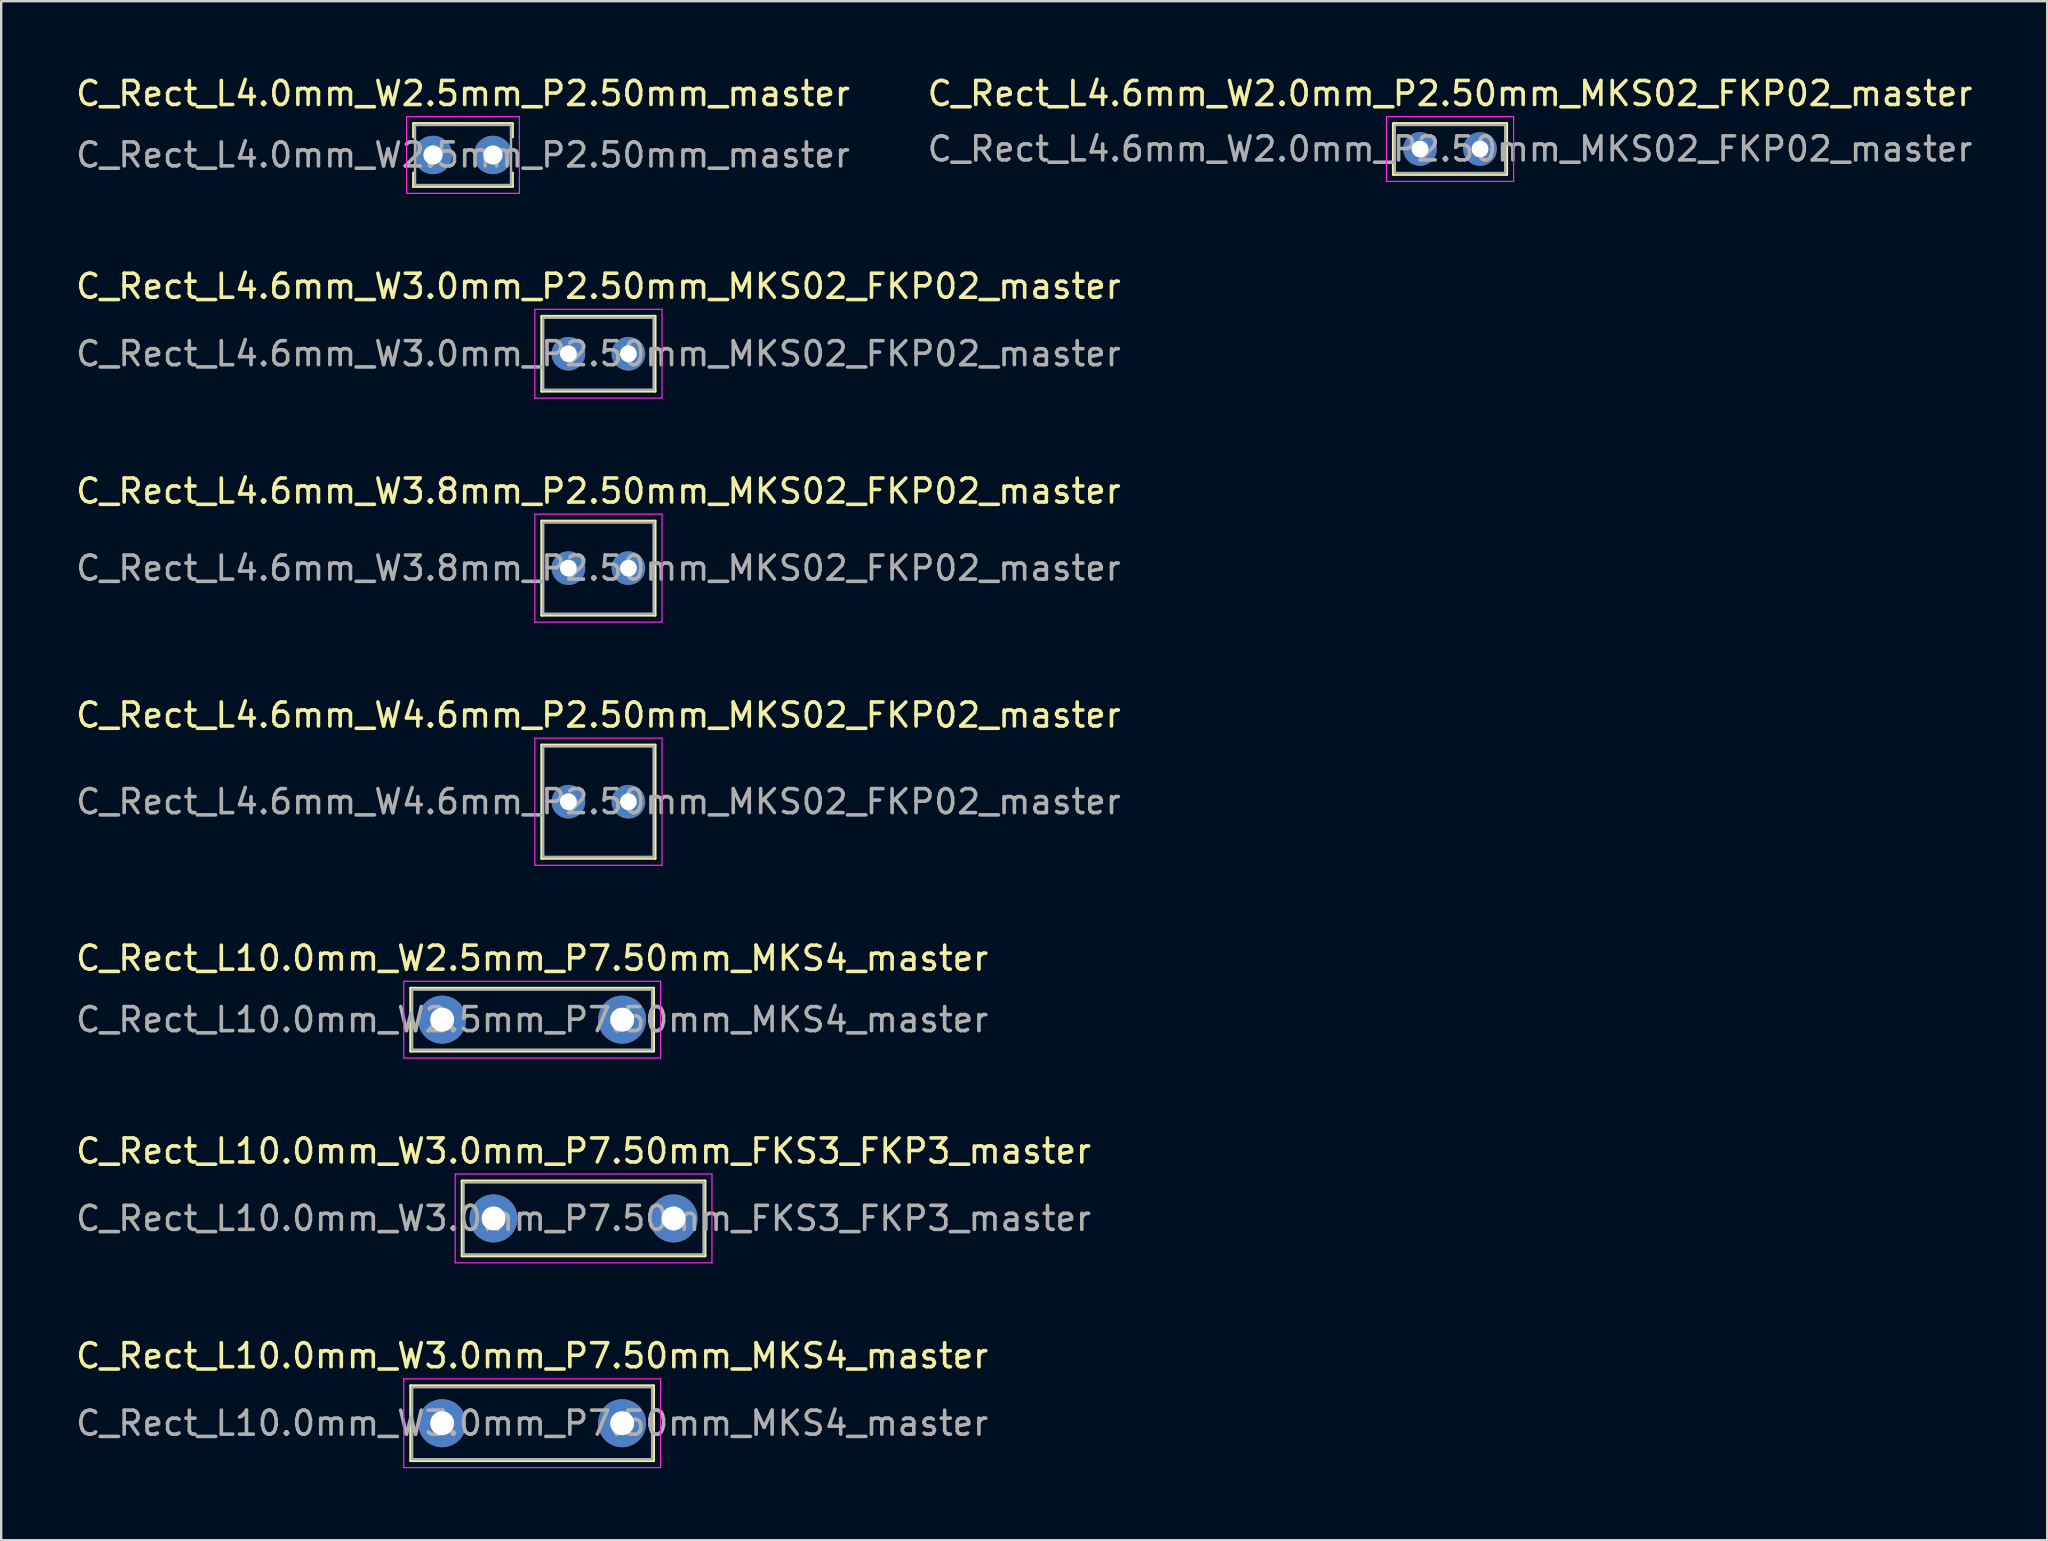
<source format=kicad_pcb>
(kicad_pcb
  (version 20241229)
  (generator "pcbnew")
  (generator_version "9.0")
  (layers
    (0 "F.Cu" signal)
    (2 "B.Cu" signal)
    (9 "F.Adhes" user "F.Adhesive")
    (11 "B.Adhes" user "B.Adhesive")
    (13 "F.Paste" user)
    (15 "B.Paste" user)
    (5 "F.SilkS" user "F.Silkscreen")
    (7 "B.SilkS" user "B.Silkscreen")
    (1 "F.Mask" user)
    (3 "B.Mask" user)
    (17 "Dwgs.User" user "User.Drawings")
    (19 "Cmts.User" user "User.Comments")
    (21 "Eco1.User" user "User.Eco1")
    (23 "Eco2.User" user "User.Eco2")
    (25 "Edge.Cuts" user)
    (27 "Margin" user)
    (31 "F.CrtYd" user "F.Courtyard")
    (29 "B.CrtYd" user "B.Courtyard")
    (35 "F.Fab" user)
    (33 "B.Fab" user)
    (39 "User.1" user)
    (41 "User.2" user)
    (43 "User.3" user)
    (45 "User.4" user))
  (footprint "C_Rect_L4.6mm_W3.8mm_P2.50mm_MKS02_FKP02_master"
    (layer "F.Cu")
    (at 20.637 20.625)
    (property "Reference" "C_Rect_L4.6mm_W3.8mm_P2.50mm_MKS02_FKP02_master" (at 1.25 -3.21 0) (layer "F.SilkS") (effects (font (size 1 1) (thickness 0.15))))
    (attr through_hole)
    (fp_line (start -1.11 -1.96) (end -1.11 1.96) (stroke (width 0.12) (type solid)) (layer "F.SilkS"))
    (fp_line (start -1.11 -1.96) (end 3.61 -1.96) (stroke (width 0.12) (type solid)) (layer "F.SilkS"))
    (fp_line (start -1.11 1.96) (end 3.61 1.96) (stroke (width 0.12) (type solid)) (layer "F.SilkS"))
    (fp_line (start 3.61 -1.96) (end 3.61 1.96) (stroke (width 0.12) (type solid)) (layer "F.SilkS"))
    (fp_line (start -1.4 -2.25) (end -1.4 2.25) (stroke (width 0.05) (type solid)) (layer "F.CrtYd"))
    (fp_line (start -1.4 2.25) (end 3.9 2.25) (stroke (width 0.05) (type solid)) (layer "F.CrtYd"))
    (fp_line (start 3.9 -2.25) (end -1.4 -2.25) (stroke (width 0.05) (type solid)) (layer "F.CrtYd"))
    (fp_line (start 3.9 2.25) (end 3.9 -2.25) (stroke (width 0.05) (type solid)) (layer "F.CrtYd"))
    (fp_line (start -1.05 -1.9) (end -1.05 1.9) (stroke (width 0.1) (type solid)) (layer "F.Fab"))
    (fp_line (start -1.05 1.9) (end 3.55 1.9) (stroke (width 0.1) (type solid)) (layer "F.Fab"))
    (fp_line (start 3.55 -1.9) (end -1.05 -1.9) (stroke (width 0.1) (type solid)) (layer "F.Fab"))
    (fp_line (start 3.55 1.9) (end 3.55 -1.9) (stroke (width 0.1) (type solid)) (layer "F.Fab"))
    (fp_text user "${REFERENCE}" (at 1.25 0 0) (layer "F.Fab") (effects (font (size 1 1) (thickness 0.15))))
    (pad "1" thru_hole circle (at 0 0) (size 1.4 1.4) (drill 0.7) (layers "*.Cu" "*.Mask"))
    (pad "2" thru_hole circle (at 2.5 0) (size 1.4 1.4) (drill 0.7) (layers "*.Cu" "*.Mask")))
  (footprint "C_Rect_L10.0mm_W3.0mm_P7.50mm_FKS3_FKP3_master"
    (layer "F.Cu")
    (at 17.518 47.724)
    (property "Reference" "C_Rect_L10.0mm_W3.0mm_P7.50mm_FKS3_FKP3_master" (at 3.75 -2.81 0) (layer "F.SilkS") (effects (font (size 1 1) (thickness 0.15))))
    (attr through_hole)
    (fp_line (start -1.31 -1.56) (end -1.31 1.56) (stroke (width 0.12) (type solid)) (layer "F.SilkS"))
    (fp_line (start -1.31 -1.56) (end 8.81 -1.56) (stroke (width 0.12) (type solid)) (layer "F.SilkS"))
    (fp_line (start -1.31 1.56) (end 8.81 1.56) (stroke (width 0.12) (type solid)) (layer "F.SilkS"))
    (fp_line (start 8.81 -1.56) (end 8.81 1.56) (stroke (width 0.12) (type solid)) (layer "F.SilkS"))
    (fp_line (start -1.6 -1.85) (end -1.6 1.85) (stroke (width 0.05) (type solid)) (layer "F.CrtYd"))
    (fp_line (start -1.6 1.85) (end 9.1 1.85) (stroke (width 0.05) (type solid)) (layer "F.CrtYd"))
    (fp_line (start 9.1 -1.85) (end -1.6 -1.85) (stroke (width 0.05) (type solid)) (layer "F.CrtYd"))
    (fp_line (start 9.1 1.85) (end 9.1 -1.85) (stroke (width 0.05) (type solid)) (layer "F.CrtYd"))
    (fp_line (start -1.25 -1.5) (end -1.25 1.5) (stroke (width 0.1) (type solid)) (layer "F.Fab"))
    (fp_line (start -1.25 1.5) (end 8.75 1.5) (stroke (width 0.1) (type solid)) (layer "F.Fab"))
    (fp_line (start 8.75 -1.5) (end -1.25 -1.5) (stroke (width 0.1) (type solid)) (layer "F.Fab"))
    (fp_line (start 8.75 1.5) (end 8.75 -1.5) (stroke (width 0.1) (type solid)) (layer "F.Fab"))
    (fp_text user "${REFERENCE}" (at 3.75 0 0) (layer "F.Fab") (effects (font (size 1 1) (thickness 0.15))))
    (pad "1" thru_hole circle (at 0 0) (size 2 2) (drill 1) (layers "*.Cu" "*.Mask"))
    (pad "2" thru_hole circle (at 7.5 0) (size 2 2) (drill 1) (layers "*.Cu" "*.Mask")))
  (footprint "C_Rect_L4.6mm_W2.0mm_P2.50mm_MKS02_FKP02_master"
    (layer "F.Cu")
    (at 56.125 3.158)
    (property "Reference" "C_Rect_L4.6mm_W2.0mm_P2.50mm_MKS02_FKP02_master" (at 1.25 -2.31 0) (layer "F.SilkS") (effects (font (size 1 1) (thickness 0.15))))
    (attr through_hole)
    (fp_line (start -1.11 -1.06) (end -1.11 1.06) (stroke (width 0.12) (type solid)) (layer "F.SilkS"))
    (fp_line (start -1.11 -1.06) (end 3.61 -1.06) (stroke (width 0.12) (type solid)) (layer "F.SilkS"))
    (fp_line (start -1.11 1.06) (end 3.61 1.06) (stroke (width 0.12) (type solid)) (layer "F.SilkS"))
    (fp_line (start 3.61 -1.06) (end 3.61 1.06) (stroke (width 0.12) (type solid)) (layer "F.SilkS"))
    (fp_line (start -1.4 -1.35) (end -1.4 1.35) (stroke (width 0.05) (type solid)) (layer "F.CrtYd"))
    (fp_line (start -1.4 1.35) (end 3.9 1.35) (stroke (width 0.05) (type solid)) (layer "F.CrtYd"))
    (fp_line (start 3.9 -1.35) (end -1.4 -1.35) (stroke (width 0.05) (type solid)) (layer "F.CrtYd"))
    (fp_line (start 3.9 1.35) (end 3.9 -1.35) (stroke (width 0.05) (type solid)) (layer "F.CrtYd"))
    (fp_line (start -1.05 -1) (end -1.05 1) (stroke (width 0.1) (type solid)) (layer "F.Fab"))
    (fp_line (start -1.05 1) (end 3.55 1) (stroke (width 0.1) (type solid)) (layer "F.Fab"))
    (fp_line (start 3.55 -1) (end -1.05 -1) (stroke (width 0.1) (type solid)) (layer "F.Fab"))
    (fp_line (start 3.55 1) (end 3.55 -1) (stroke (width 0.1) (type solid)) (layer "F.Fab"))
    (fp_text user "${REFERENCE}" (at 1.25 0 0) (layer "F.Fab") (effects (font (size 1 1) (thickness 0.15))))
    (pad "1" thru_hole circle (at 0 0) (size 1.4 1.4) (drill 0.7) (layers "*.Cu" "*.Mask"))
    (pad "2" thru_hole circle (at 2.5 0) (size 1.4 1.4) (drill 0.7) (layers "*.Cu" "*.Mask")))
  (footprint "C_Rect_L4.6mm_W4.6mm_P2.50mm_MKS02_FKP02_master"
    (layer "F.Cu")
    (at 20.637 30.358)
    (property "Reference" "C_Rect_L4.6mm_W4.6mm_P2.50mm_MKS02_FKP02_master" (at 1.25 -3.61 0) (layer "F.SilkS") (effects (font (size 1 1) (thickness 0.15))))
    (attr through_hole)
    (fp_line (start -1.11 -2.36) (end -1.11 2.36) (stroke (width 0.12) (type solid)) (layer "F.SilkS"))
    (fp_line (start -1.11 -2.36) (end 3.61 -2.36) (stroke (width 0.12) (type solid)) (layer "F.SilkS"))
    (fp_line (start -1.11 2.36) (end 3.61 2.36) (stroke (width 0.12) (type solid)) (layer "F.SilkS"))
    (fp_line (start 3.61 -2.36) (end 3.61 2.36) (stroke (width 0.12) (type solid)) (layer "F.SilkS"))
    (fp_line (start -1.4 -2.65) (end -1.4 2.65) (stroke (width 0.05) (type solid)) (layer "F.CrtYd"))
    (fp_line (start -1.4 2.65) (end 3.9 2.65) (stroke (width 0.05) (type solid)) (layer "F.CrtYd"))
    (fp_line (start 3.9 -2.65) (end -1.4 -2.65) (stroke (width 0.05) (type solid)) (layer "F.CrtYd"))
    (fp_line (start 3.9 2.65) (end 3.9 -2.65) (stroke (width 0.05) (type solid)) (layer "F.CrtYd"))
    (fp_line (start -1.05 -2.3) (end -1.05 2.3) (stroke (width 0.1) (type solid)) (layer "F.Fab"))
    (fp_line (start -1.05 2.3) (end 3.55 2.3) (stroke (width 0.1) (type solid)) (layer "F.Fab"))
    (fp_line (start 3.55 -2.3) (end -1.05 -2.3) (stroke (width 0.1) (type solid)) (layer "F.Fab"))
    (fp_line (start 3.55 2.3) (end 3.55 -2.3) (stroke (width 0.1) (type solid)) (layer "F.Fab"))
    (fp_text user "${REFERENCE}" (at 1.25 0 0) (layer "F.Fab") (effects (font (size 1 1) (thickness 0.15))))
    (pad "1" thru_hole circle (at 0 0) (size 1.4 1.4) (drill 0.7) (layers "*.Cu" "*.Mask"))
    (pad "2" thru_hole circle (at 2.5 0) (size 1.4 1.4) (drill 0.7) (layers "*.Cu" "*.Mask")))
  (footprint "C_Rect_L4.6mm_W3.0mm_P2.50mm_MKS02_FKP02_master"
    (layer "F.Cu")
    (at 20.637 11.691)
    (property "Reference" "C_Rect_L4.6mm_W3.0mm_P2.50mm_MKS02_FKP02_master" (at 1.25 -2.81 0) (layer "F.SilkS") (effects (font (size 1 1) (thickness 0.15))))
    (attr through_hole)
    (fp_line (start -1.11 -1.56) (end -1.11 1.56) (stroke (width 0.12) (type solid)) (layer "F.SilkS"))
    (fp_line (start -1.11 -1.56) (end 3.61 -1.56) (stroke (width 0.12) (type solid)) (layer "F.SilkS"))
    (fp_line (start -1.11 1.56) (end 3.61 1.56) (stroke (width 0.12) (type solid)) (layer "F.SilkS"))
    (fp_line (start 3.61 -1.56) (end 3.61 1.56) (stroke (width 0.12) (type solid)) (layer "F.SilkS"))
    (fp_line (start -1.4 -1.85) (end -1.4 1.85) (stroke (width 0.05) (type solid)) (layer "F.CrtYd"))
    (fp_line (start -1.4 1.85) (end 3.9 1.85) (stroke (width 0.05) (type solid)) (layer "F.CrtYd"))
    (fp_line (start 3.9 -1.85) (end -1.4 -1.85) (stroke (width 0.05) (type solid)) (layer "F.CrtYd"))
    (fp_line (start 3.9 1.85) (end 3.9 -1.85) (stroke (width 0.05) (type solid)) (layer "F.CrtYd"))
    (fp_line (start -1.05 -1.5) (end -1.05 1.5) (stroke (width 0.1) (type solid)) (layer "F.Fab"))
    (fp_line (start -1.05 1.5) (end 3.55 1.5) (stroke (width 0.1) (type solid)) (layer "F.Fab"))
    (fp_line (start 3.55 -1.5) (end -1.05 -1.5) (stroke (width 0.1) (type solid)) (layer "F.Fab"))
    (fp_line (start 3.55 1.5) (end 3.55 -1.5) (stroke (width 0.1) (type solid)) (layer "F.Fab"))
    (fp_text user "${REFERENCE}" (at 1.25 0 0) (layer "F.Fab") (effects (font (size 1 1) (thickness 0.15))))
    (pad "1" thru_hole circle (at 0 0) (size 1.4 1.4) (drill 0.7) (layers "*.Cu" "*.Mask"))
    (pad "2" thru_hole circle (at 2.5 0) (size 1.4 1.4) (drill 0.7) (layers "*.Cu" "*.Mask")))
  (footprint "C_Rect_L4.0mm_W2.5mm_P2.50mm_master"
    (layer "F.Cu")
    (at 14.994 3.408)
    (property "Reference" "C_Rect_L4.0mm_W2.5mm_P2.50mm_master" (at 1.25 -2.56 0) (layer "F.SilkS") (effects (font (size 1 1) (thickness 0.15))))
    (attr through_hole)
    (fp_line (start -0.81 -1.31) (end -0.81 -0.75) (stroke (width 0.12) (type solid)) (layer "F.SilkS"))
    (fp_line (start -0.81 -1.31) (end 3.31 -1.31) (stroke (width 0.12) (type solid)) (layer "F.SilkS"))
    (fp_line (start -0.81 0.75) (end -0.81 1.31) (stroke (width 0.12) (type solid)) (layer "F.SilkS"))
    (fp_line (start -0.81 1.31) (end 3.31 1.31) (stroke (width 0.12) (type solid)) (layer "F.SilkS"))
    (fp_line (start 3.31 -1.31) (end 3.31 -0.75) (stroke (width 0.12) (type solid)) (layer "F.SilkS"))
    (fp_line (start 3.31 0.75) (end 3.31 1.31) (stroke (width 0.12) (type solid)) (layer "F.SilkS"))
    (fp_line (start -1.1 -1.6) (end -1.1 1.6) (stroke (width 0.05) (type solid)) (layer "F.CrtYd"))
    (fp_line (start -1.1 1.6) (end 3.6 1.6) (stroke (width 0.05) (type solid)) (layer "F.CrtYd"))
    (fp_line (start 3.6 -1.6) (end -1.1 -1.6) (stroke (width 0.05) (type solid)) (layer "F.CrtYd"))
    (fp_line (start 3.6 1.6) (end 3.6 -1.6) (stroke (width 0.05) (type solid)) (layer "F.CrtYd"))
    (fp_line (start -0.75 -1.25) (end -0.75 1.25) (stroke (width 0.1) (type solid)) (layer "F.Fab"))
    (fp_line (start -0.75 1.25) (end 3.25 1.25) (stroke (width 0.1) (type solid)) (layer "F.Fab"))
    (fp_line (start 3.25 -1.25) (end -0.75 -1.25) (stroke (width 0.1) (type solid)) (layer "F.Fab"))
    (fp_line (start 3.25 1.25) (end 3.25 -1.25) (stroke (width 0.1) (type solid)) (layer "F.Fab"))
    (fp_text user "${REFERENCE}" (at 1.25 0 0) (layer "F.Fab") (effects (font (size 1 1) (thickness 0.15))))
    (pad "1" thru_hole circle (at 0 0) (size 1.6 1.6) (drill 0.8) (layers "*.Cu" "*.Mask"))
    (pad "2" thru_hole circle (at 2.5 0) (size 1.6 1.6) (drill 0.8) (layers "*.Cu" "*.Mask")))
  (footprint "C_Rect_L10.0mm_W3.0mm_P7.50mm_MKS4_master"
    (layer "F.Cu")
    (at 15.375 56.258)
    (property "Reference" "C_Rect_L10.0mm_W3.0mm_P7.50mm_MKS4_master" (at 3.75 -2.81 0) (layer "F.SilkS") (effects (font (size 1 1) (thickness 0.15))))
    (attr through_hole)
    (fp_line (start -1.31 -1.56) (end -1.31 1.56) (stroke (width 0.12) (type solid)) (layer "F.SilkS"))
    (fp_line (start -1.31 -1.56) (end 8.81 -1.56) (stroke (width 0.12) (type solid)) (layer "F.SilkS"))
    (fp_line (start -1.31 1.56) (end 8.81 1.56) (stroke (width 0.12) (type solid)) (layer "F.SilkS"))
    (fp_line (start 8.81 -1.56) (end 8.81 1.56) (stroke (width 0.12) (type solid)) (layer "F.SilkS"))
    (fp_line (start -1.6 -1.85) (end -1.6 1.85) (stroke (width 0.05) (type solid)) (layer "F.CrtYd"))
    (fp_line (start -1.6 1.85) (end 9.1 1.85) (stroke (width 0.05) (type solid)) (layer "F.CrtYd"))
    (fp_line (start 9.1 -1.85) (end -1.6 -1.85) (stroke (width 0.05) (type solid)) (layer "F.CrtYd"))
    (fp_line (start 9.1 1.85) (end 9.1 -1.85) (stroke (width 0.05) (type solid)) (layer "F.CrtYd"))
    (fp_line (start -1.25 -1.5) (end -1.25 1.5) (stroke (width 0.1) (type solid)) (layer "F.Fab"))
    (fp_line (start -1.25 1.5) (end 8.75 1.5) (stroke (width 0.1) (type solid)) (layer "F.Fab"))
    (fp_line (start 8.75 -1.5) (end -1.25 -1.5) (stroke (width 0.1) (type solid)) (layer "F.Fab"))
    (fp_line (start 8.75 1.5) (end 8.75 -1.5) (stroke (width 0.1) (type solid)) (layer "F.Fab"))
    (fp_text user "${REFERENCE}" (at 3.75 0 0) (layer "F.Fab") (effects (font (size 1 1) (thickness 0.15))))
    (pad "1" thru_hole circle (at 0 0) (size 2 2) (drill 1) (layers "*.Cu" "*.Mask"))
    (pad "2" thru_hole circle (at 7.5 0) (size 2 2) (drill 1) (layers "*.Cu" "*.Mask")))
  (footprint "C_Rect_L10.0mm_W2.5mm_P7.50mm_MKS4_master"
    (layer "F.Cu")
    (at 15.375 39.441)
    (property "Reference" "C_Rect_L10.0mm_W2.5mm_P7.50mm_MKS4_master" (at 3.75 -2.56 0) (layer "F.SilkS") (effects (font (size 1 1) (thickness 0.15))))
    (attr through_hole)
    (fp_line (start -1.31 -1.31) (end -1.31 1.31) (stroke (width 0.12) (type solid)) (layer "F.SilkS"))
    (fp_line (start -1.31 -1.31) (end 8.81 -1.31) (stroke (width 0.12) (type solid)) (layer "F.SilkS"))
    (fp_line (start -1.31 1.31) (end 8.81 1.31) (stroke (width 0.12) (type solid)) (layer "F.SilkS"))
    (fp_line (start 8.81 -1.31) (end 8.81 1.31) (stroke (width 0.12) (type solid)) (layer "F.SilkS"))
    (fp_line (start -1.6 -1.6) (end -1.6 1.6) (stroke (width 0.05) (type solid)) (layer "F.CrtYd"))
    (fp_line (start -1.6 1.6) (end 9.1 1.6) (stroke (width 0.05) (type solid)) (layer "F.CrtYd"))
    (fp_line (start 9.1 -1.6) (end -1.6 -1.6) (stroke (width 0.05) (type solid)) (layer "F.CrtYd"))
    (fp_line (start 9.1 1.6) (end 9.1 -1.6) (stroke (width 0.05) (type solid)) (layer "F.CrtYd"))
    (fp_line (start -1.25 -1.25) (end -1.25 1.25) (stroke (width 0.1) (type solid)) (layer "F.Fab"))
    (fp_line (start -1.25 1.25) (end 8.75 1.25) (stroke (width 0.1) (type solid)) (layer "F.Fab"))
    (fp_line (start 8.75 -1.25) (end -1.25 -1.25) (stroke (width 0.1) (type solid)) (layer "F.Fab"))
    (fp_line (start 8.75 1.25) (end 8.75 -1.25) (stroke (width 0.1) (type solid)) (layer "F.Fab"))
    (fp_text user "${REFERENCE}" (at 3.75 0 0) (layer "F.Fab") (effects (font (size 1 1) (thickness 0.15))))
    (pad "1" thru_hole circle (at 0 0) (size 2 2) (drill 1) (layers "*.Cu" "*.Mask"))
    (pad "2" thru_hole circle (at 7.5 0) (size 2 2) (drill 1) (layers "*.Cu" "*.Mask")))
  (gr_rect
    (start -3 -3)
    (end 82.262 61.133)
    (stroke (width 0.1) (type default))
    (fill no)
    (layer "Edge.Cuts")))
</source>
